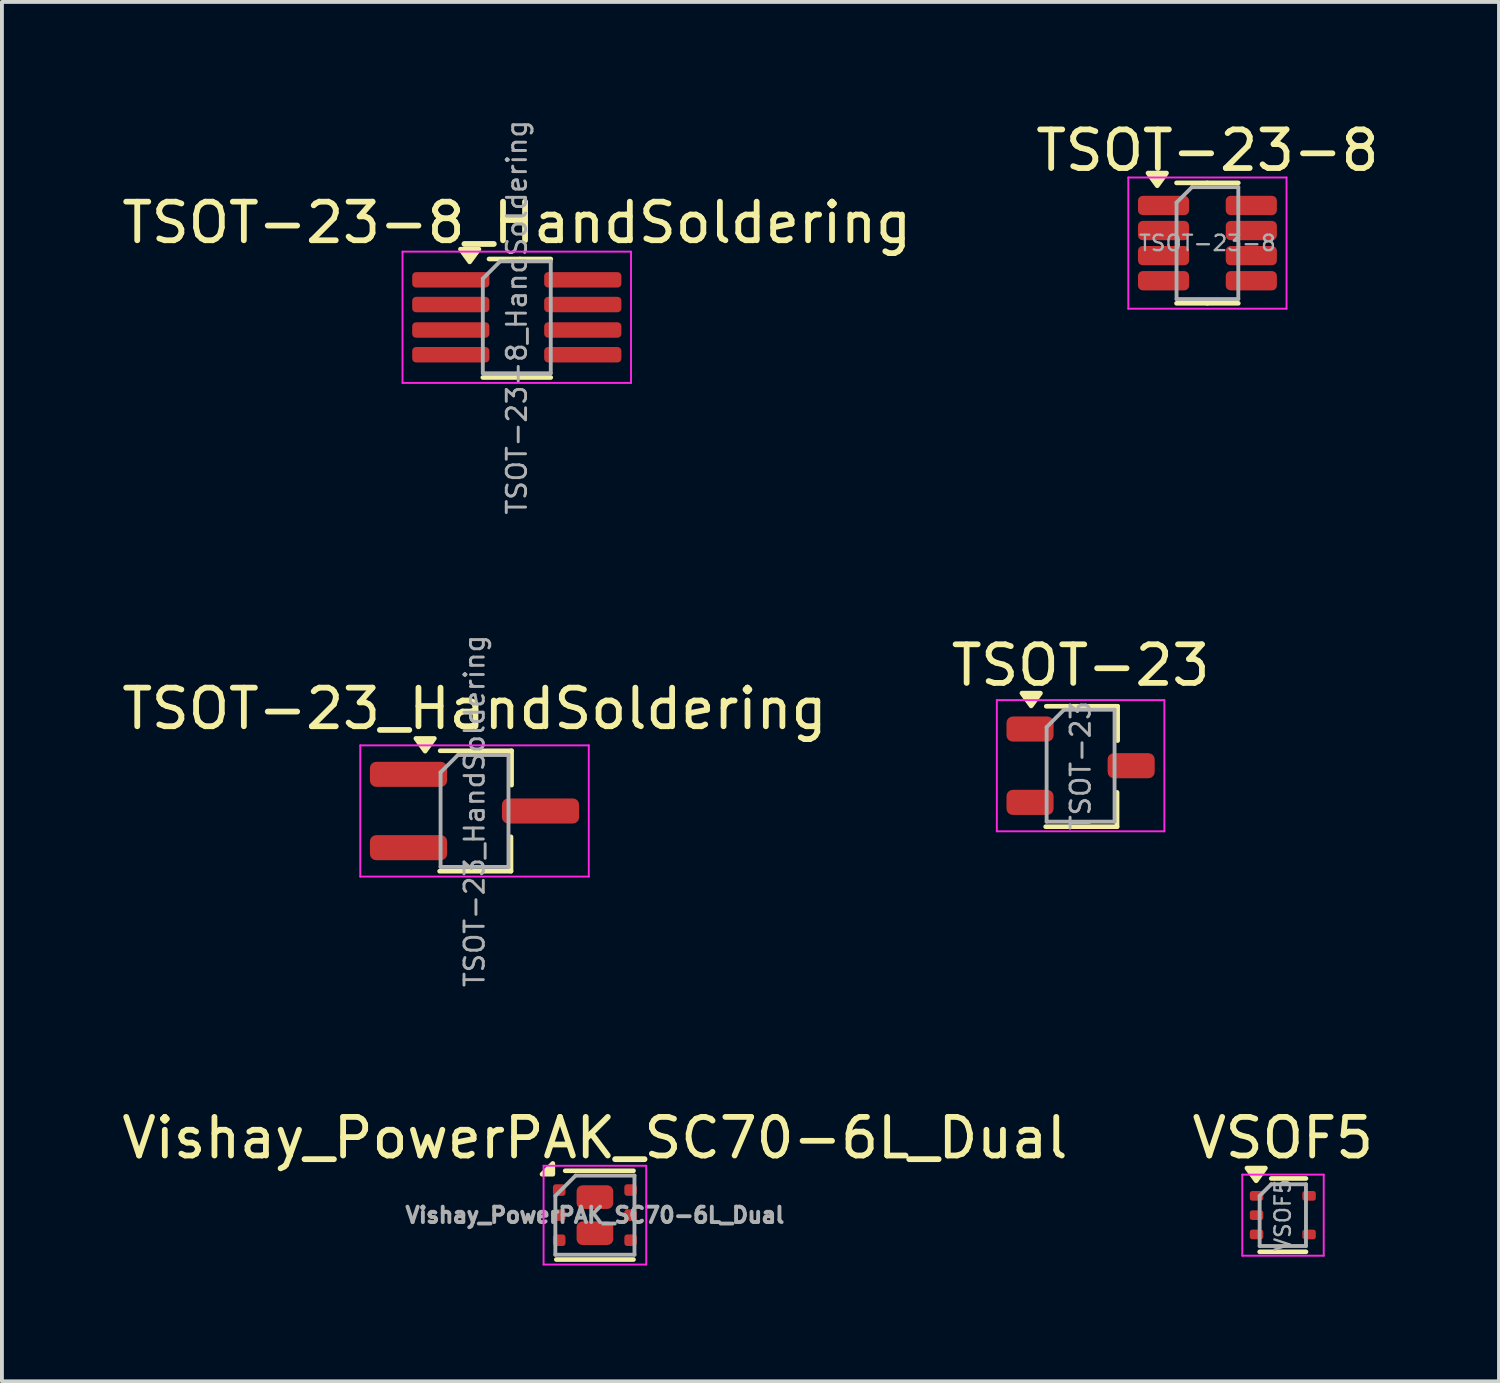
<source format=kicad_pcb>
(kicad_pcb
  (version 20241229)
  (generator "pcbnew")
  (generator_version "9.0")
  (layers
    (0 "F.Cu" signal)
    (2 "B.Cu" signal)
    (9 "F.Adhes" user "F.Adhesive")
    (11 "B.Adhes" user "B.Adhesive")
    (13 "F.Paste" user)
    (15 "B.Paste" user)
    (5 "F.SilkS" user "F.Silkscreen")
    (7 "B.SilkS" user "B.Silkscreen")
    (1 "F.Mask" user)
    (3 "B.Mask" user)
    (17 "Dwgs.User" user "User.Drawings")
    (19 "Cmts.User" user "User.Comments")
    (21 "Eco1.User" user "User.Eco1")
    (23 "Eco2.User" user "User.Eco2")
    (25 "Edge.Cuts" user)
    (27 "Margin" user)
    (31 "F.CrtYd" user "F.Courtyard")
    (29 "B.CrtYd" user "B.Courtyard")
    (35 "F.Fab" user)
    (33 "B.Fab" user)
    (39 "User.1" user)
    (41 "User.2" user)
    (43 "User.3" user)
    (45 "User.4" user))
  (footprint "TSOT-23"
    (layer "F.Cu")
    (at 24.946 16.788)
    (property "Reference" "TSOT-23" (at 0 -2.6 0) (layer "F.SilkS") (effects (font (size 1 1) (thickness 0.15))))
    (attr smd)
    (fp_line (start 0.945 0.69) (end 0.945 1.58) (stroke (width 0.12) (type solid)) (layer "F.SilkS"))
    (fp_line (start 0.945 1.58) (end -0.905 1.58) (stroke (width 0.12) (type solid)) (layer "F.SilkS"))
    (fp_line (start 0.96 -1.54) (end -0.89 -1.54) (stroke (width 0.12) (type solid)) (layer "F.SilkS"))
    (fp_line (start 0.96 -1.54) (end 0.96 -0.65) (stroke (width 0.12) (type solid)) (layer "F.SilkS"))
    (fp_poly (pts (xy -1.28 -1.55) (xy -1.52 -1.88) (xy -1.04 -1.88) (xy -1.28 -1.55)) (stroke (width 0.12) (type solid)) (fill yes) (layer "F.SilkS"))
    (fp_line (start -2.17 -1.7) (end -2.17 1.7) (stroke (width 0.05) (type solid)) (layer "F.CrtYd"))
    (fp_line (start -2.17 -1.7) (end 2.17 -1.7) (stroke (width 0.05) (type solid)) (layer "F.CrtYd"))
    (fp_line (start 2.17 1.7) (end -2.17 1.7) (stroke (width 0.05) (type solid)) (layer "F.CrtYd"))
    (fp_line (start 2.17 1.7) (end 2.17 -1.7) (stroke (width 0.05) (type solid)) (layer "F.CrtYd"))
    (fp_line (start -0.88 -1) (end -0.88 1.45) (stroke (width 0.1) (type solid)) (layer "F.Fab"))
    (fp_line (start -0.88 -1) (end -0.43 -1.45) (stroke (width 0.1) (type solid)) (layer "F.Fab"))
    (fp_line (start 0.88 -1.45) (end -0.43 -1.45) (stroke (width 0.1) (type solid)) (layer "F.Fab"))
    (fp_line (start 0.88 -1.45) (end 0.88 1.45) (stroke (width 0.1) (type solid)) (layer "F.Fab"))
    (fp_line (start 0.88 1.45) (end -0.88 1.45) (stroke (width 0.1) (type solid)) (layer "F.Fab"))
    (fp_text user "${REFERENCE}" (at 0 0 90) (layer "F.Fab") (effects (font (size 0.5 0.5) (thickness 0.075))))
    (pad "1" smd roundrect (at -1.31 -0.95) (size 1.22 0.65) (layers "F.Cu" "F.Mask" "F.Paste") (roundrect_rratio 0.25))
    (pad "2" smd roundrect (at -1.31 0.95) (size 1.22 0.65) (layers "F.Cu" "F.Mask" "F.Paste") (roundrect_rratio 0.25))
    (pad "3" smd roundrect (at 1.31 0) (size 1.22 0.65) (layers "F.Cu" "F.Mask" "F.Paste") (roundrect_rratio 0.25)))
  (footprint "VSOF5"
    (layer "F.Cu")
    (at 30.185 28.432)
    (property "Reference" "VSOF5" (at 0 -2 0) (layer "F.SilkS") (effects (font (size 1 1) (thickness 0.15))))
    (attr smd)
    (fp_line (start -0.6 0.95) (end 0.6 0.95) (stroke (width 0.12) (type solid)) (layer "F.SilkS"))
    (fp_line (start -0.3 -0.95) (end 0.6 -0.95) (stroke (width 0.12) (type solid)) (layer "F.SilkS"))
    (fp_poly (pts (xy -0.69 -0.89) (xy -0.93 -1.22) (xy -0.45 -1.22) (xy -0.69 -0.89)) (stroke (width 0.12) (type solid)) (fill yes) (layer "F.SilkS"))
    (fp_line (start -1.05 -1.05) (end -1.05 1.05) (stroke (width 0.05) (type solid)) (layer "F.CrtYd"))
    (fp_line (start -1.05 -1.05) (end 1.06 -1.05) (stroke (width 0.05) (type solid)) (layer "F.CrtYd"))
    (fp_line (start 1.06 1.05) (end -1.05 1.05) (stroke (width 0.05) (type solid)) (layer "F.CrtYd"))
    (fp_line (start 1.06 1.05) (end 1.06 -1.05) (stroke (width 0.05) (type solid)) (layer "F.CrtYd"))
    (fp_line (start -0.6 -0.5) (end -0.3 -0.8) (stroke (width 0.1) (type solid)) (layer "F.Fab"))
    (fp_line (start -0.6 0.8) (end -0.6 -0.5) (stroke (width 0.1) (type solid)) (layer "F.Fab"))
    (fp_line (start -0.3 -0.8) (end 0.6 -0.8) (stroke (width 0.1) (type solid)) (layer "F.Fab"))
    (fp_line (start 0.6 -0.8) (end 0.6 0.8) (stroke (width 0.1) (type solid)) (layer "F.Fab"))
    (fp_line (start 0.6 0.8) (end -0.6 0.8) (stroke (width 0.1) (type solid)) (layer "F.Fab"))
    (fp_text user "${REFERENCE}" (at 0 0 90) (layer "F.Fab") (effects (font (size 0.4 0.4) (thickness 0.062))))
    (pad "1" smd roundrect (at -0.68 -0.5 270) (size 0.25 0.35) (layers "F.Cu" "F.Mask" "F.Paste") (roundrect_rratio 0.25))
    (pad "2" smd roundrect (at -0.68 0 270) (size 0.25 0.35) (layers "F.Cu" "F.Mask" "F.Paste") (roundrect_rratio 0.25))
    (pad "3" smd roundrect (at -0.68 0.5 270) (size 0.25 0.35) (layers "F.Cu" "F.Mask" "F.Paste") (roundrect_rratio 0.25))
    (pad "4" smd roundrect (at 0.68 0.5 270) (size 0.25 0.35) (layers "F.Cu" "F.Mask" "F.Paste") (roundrect_rratio 0.25))
    (pad "5" smd roundrect (at 0.68 -0.5 270) (size 0.25 0.35) (layers "F.Cu" "F.Mask" "F.Paste") (roundrect_rratio 0.25)))
  (footprint "TSOT-23_HandSoldering"
    (layer "F.Cu")
    (at 9.244 17.961)
    (property "Reference" "TSOT-23_HandSoldering" (at 0 -2.65 0) (layer "F.SilkS") (effects (font (size 1 1) (thickness 0.15))))
    (attr smd)
    (fp_line (start 0.945 0.67) (end 0.945 1.56) (stroke (width 0.12) (type solid)) (layer "F.SilkS"))
    (fp_line (start 0.945 1.56) (end -0.905 1.56) (stroke (width 0.12) (type solid)) (layer "F.SilkS"))
    (fp_line (start 0.96 -1.56) (end -0.89 -1.56) (stroke (width 0.12) (type solid)) (layer "F.SilkS"))
    (fp_line (start 0.96 -1.56) (end 0.96 -0.67) (stroke (width 0.12) (type solid)) (layer "F.SilkS"))
    (fp_poly (pts (xy -1.28 -1.55) (xy -1.52 -1.88) (xy -1.04 -1.88) (xy -1.28 -1.55)) (stroke (width 0.12) (type solid)) (fill yes) (layer "F.SilkS"))
    (fp_line (start -2.96 -1.7) (end -2.96 1.7) (stroke (width 0.05) (type solid)) (layer "F.CrtYd"))
    (fp_line (start -2.96 -1.7) (end 2.96 -1.7) (stroke (width 0.05) (type solid)) (layer "F.CrtYd"))
    (fp_line (start 2.96 1.7) (end -2.96 1.7) (stroke (width 0.05) (type solid)) (layer "F.CrtYd"))
    (fp_line (start 2.96 1.7) (end 2.96 -1.7) (stroke (width 0.05) (type solid)) (layer "F.CrtYd"))
    (fp_line (start -0.88 -1) (end -0.88 1.45) (stroke (width 0.1) (type solid)) (layer "F.Fab"))
    (fp_line (start -0.88 -1) (end -0.43 -1.45) (stroke (width 0.1) (type solid)) (layer "F.Fab"))
    (fp_line (start 0.88 -1.45) (end -0.43 -1.45) (stroke (width 0.1) (type solid)) (layer "F.Fab"))
    (fp_line (start 0.88 -1.45) (end 0.88 1.45) (stroke (width 0.1) (type solid)) (layer "F.Fab"))
    (fp_line (start 0.88 1.45) (end -0.88 1.45) (stroke (width 0.1) (type solid)) (layer "F.Fab"))
    (fp_text user "${REFERENCE}" (at 0 0 90) (layer "F.Fab") (effects (font (size 0.5 0.5) (thickness 0.075))))
    (pad "1" smd roundrect (at -1.71 -0.95) (size 2 0.65) (layers "F.Cu" "F.Mask" "F.Paste") (roundrect_rratio 0.25))
    (pad "2" smd roundrect (at -1.71 0.95) (size 2 0.65) (layers "F.Cu" "F.Mask" "F.Paste") (roundrect_rratio 0.25))
    (pad "3" smd roundrect (at 1.71 0) (size 2 0.65) (layers "F.Cu" "F.Mask" "F.Paste") (roundrect_rratio 0.25)))
  (footprint "TSOT-23-8"
    (layer "F.Cu")
    (at 28.232 3.248)
    (property "Reference" "TSOT-23-8" (at 0 -2.4 0) (layer "F.SilkS") (effects (font (size 1 1) (thickness 0.15))))
    (attr smd)
    (fp_line (start 0 -1.56) (end -0.8 -1.56) (stroke (width 0.12) (type solid)) (layer "F.SilkS"))
    (fp_line (start 0 -1.56) (end 0.8 -1.56) (stroke (width 0.12) (type solid)) (layer "F.SilkS"))
    (fp_line (start 0 1.56) (end -0.8 1.56) (stroke (width 0.12) (type solid)) (layer "F.SilkS"))
    (fp_line (start 0 1.56) (end 0.8 1.56) (stroke (width 0.12) (type solid)) (layer "F.SilkS"))
    (fp_poly (pts (xy -1.3 -1.485) (xy -1.54 -1.815) (xy -1.06 -1.815) (xy -1.3 -1.485)) (stroke (width 0.12) (type solid)) (fill yes) (layer "F.SilkS"))
    (fp_line (start -2.05 -1.7) (end -2.05 1.7) (stroke (width 0.05) (type solid)) (layer "F.CrtYd"))
    (fp_line (start -2.05 1.7) (end 2.05 1.7) (stroke (width 0.05) (type solid)) (layer "F.CrtYd"))
    (fp_line (start 2.05 -1.7) (end -2.05 -1.7) (stroke (width 0.05) (type solid)) (layer "F.CrtYd"))
    (fp_line (start 2.05 1.7) (end 2.05 -1.7) (stroke (width 0.05) (type solid)) (layer "F.CrtYd"))
    (fp_line (start -0.8 -1.05) (end -0.4 -1.45) (stroke (width 0.1) (type solid)) (layer "F.Fab"))
    (fp_line (start -0.8 1.45) (end -0.8 -1.05) (stroke (width 0.1) (type solid)) (layer "F.Fab"))
    (fp_line (start -0.4 -1.45) (end 0.8 -1.45) (stroke (width 0.1) (type solid)) (layer "F.Fab"))
    (fp_line (start 0.8 -1.45) (end 0.8 1.45) (stroke (width 0.1) (type solid)) (layer "F.Fab"))
    (fp_line (start 0.8 1.45) (end -0.8 1.45) (stroke (width 0.1) (type solid)) (layer "F.Fab"))
    (fp_text user "${REFERENCE}" (at 0 0 0) (layer "F.Fab") (effects (font (size 0.4 0.4) (thickness 0.06))))
    (pad "1" smd roundrect (at -1.137 -0.975) (size 1.325 0.5) (layers "F.Cu" "F.Mask" "F.Paste") (roundrect_rratio 0.25))
    (pad "2" smd roundrect (at -1.137 -0.325) (size 1.325 0.5) (layers "F.Cu" "F.Mask" "F.Paste") (roundrect_rratio 0.25))
    (pad "3" smd roundrect (at -1.137 0.325) (size 1.325 0.5) (layers "F.Cu" "F.Mask" "F.Paste") (roundrect_rratio 0.25))
    (pad "4" smd roundrect (at -1.137 0.975) (size 1.325 0.5) (layers "F.Cu" "F.Mask" "F.Paste") (roundrect_rratio 0.25))
    (pad "5" smd roundrect (at 1.137 0.975) (size 1.325 0.5) (layers "F.Cu" "F.Mask" "F.Paste") (roundrect_rratio 0.25))
    (pad "6" smd roundrect (at 1.137 0.325) (size 1.325 0.5) (layers "F.Cu" "F.Mask" "F.Paste") (roundrect_rratio 0.25))
    (pad "7" smd roundrect (at 1.137 -0.325) (size 1.325 0.5) (layers "F.Cu" "F.Mask" "F.Paste") (roundrect_rratio 0.25))
    (pad "8" smd roundrect (at 1.137 -0.975) (size 1.325 0.5) (layers "F.Cu" "F.Mask" "F.Paste") (roundrect_rratio 0.25)))
  (footprint "TSOT-23-8_HandSoldering"
    (layer "F.Cu")
    (at 10.339 5.17)
    (property "Reference" "TSOT-23-8_HandSoldering" (at 0 -2.45 0) (layer "F.SilkS") (effects (font (size 1 1) (thickness 0.15))))
    (attr smd)
    (fp_line (start -0.88 1.56) (end 0.88 1.56) (stroke (width 0.12) (type solid)) (layer "F.SilkS"))
    (fp_line (start 0.08 -1.51) (end -0.72 -1.51) (stroke (width 0.12) (type solid)) (layer "F.SilkS"))
    (fp_line (start 0.08 -1.51) (end 0.88 -1.51) (stroke (width 0.12) (type solid)) (layer "F.SilkS"))
    (fp_poly (pts (xy -1.22 -1.435) (xy -1.46 -1.765) (xy -0.98 -1.765) (xy -1.22 -1.435)) (stroke (width 0.12) (type solid)) (fill yes) (layer "F.SilkS"))
    (fp_line (start -2.96 -1.7) (end -2.96 1.7) (stroke (width 0.05) (type solid)) (layer "F.CrtYd"))
    (fp_line (start -2.96 -1.7) (end 2.96 -1.7) (stroke (width 0.05) (type solid)) (layer "F.CrtYd"))
    (fp_line (start 2.96 1.7) (end -2.96 1.7) (stroke (width 0.05) (type solid)) (layer "F.CrtYd"))
    (fp_line (start 2.96 1.7) (end 2.96 -1.7) (stroke (width 0.05) (type solid)) (layer "F.CrtYd"))
    (fp_line (start -0.88 -1) (end -0.88 1.45) (stroke (width 0.1) (type solid)) (layer "F.Fab"))
    (fp_line (start -0.88 -1) (end -0.43 -1.45) (stroke (width 0.1) (type solid)) (layer "F.Fab"))
    (fp_line (start 0.88 -1.45) (end -0.43 -1.45) (stroke (width 0.1) (type solid)) (layer "F.Fab"))
    (fp_line (start 0.88 -1.45) (end 0.88 1.45) (stroke (width 0.1) (type solid)) (layer "F.Fab"))
    (fp_line (start 0.88 1.45) (end -0.88 1.45) (stroke (width 0.1) (type solid)) (layer "F.Fab"))
    (fp_text user "${REFERENCE}" (at 0 0 90) (layer "F.Fab") (effects (font (size 0.5 0.5) (thickness 0.075))))
    (pad "1" smd roundrect (at -1.71 -0.97) (size 2 0.4) (layers "F.Cu" "F.Mask" "F.Paste") (roundrect_rratio 0.25))
    (pad "2" smd roundrect (at -1.71 -0.33) (size 2 0.4) (layers "F.Cu" "F.Mask" "F.Paste") (roundrect_rratio 0.25))
    (pad "3" smd roundrect (at -1.71 0.33) (size 2 0.4) (layers "F.Cu" "F.Mask" "F.Paste") (roundrect_rratio 0.25))
    (pad "4" smd roundrect (at -1.71 0.97) (size 2 0.4) (layers "F.Cu" "F.Mask" "F.Paste") (roundrect_rratio 0.25))
    (pad "5" smd roundrect (at 1.71 0.97) (size 2 0.4) (layers "F.Cu" "F.Mask" "F.Paste") (roundrect_rratio 0.25))
    (pad "6" smd roundrect (at 1.71 0.33) (size 2 0.4) (layers "F.Cu" "F.Mask" "F.Paste") (roundrect_rratio 0.25))
    (pad "7" smd roundrect (at 1.71 -0.33) (size 2 0.4) (layers "F.Cu" "F.Mask" "F.Paste") (roundrect_rratio 0.25))
    (pad "8" smd roundrect (at 1.71 -0.97) (size 2 0.4) (layers "F.Cu" "F.Mask" "F.Paste") (roundrect_rratio 0.25)))
  (footprint "Vishay_PowerPAK_SC70-6L_Dual"
    (layer "F.Cu")
    (at 12.363 28.432)
    (property "Reference" "Vishay_PowerPAK_SC70-6L_Dual" (at 0 -2 0) (layer "F.SilkS") (effects (font (size 1 1) (thickness 0.15))))
    (attr smd)
    (fp_line (start -0.77 -1.15) (end 1 -1.15) (stroke (width 0.12) (type solid)) (layer "F.SilkS"))
    (fp_line (start 1 1.15) (end -1 1.15) (stroke (width 0.12) (type solid)) (layer "F.SilkS"))
    (fp_poly (pts (xy -1.09 -1.06) (xy -1.37 -1.06) (xy -1.09 -1.34) (xy -1.09 -1.06)) (stroke (width 0.12) (type solid)) (fill yes) (layer "F.SilkS"))
    (fp_line (start -1.33 -1.28) (end 1.33 -1.28) (stroke (width 0.05) (type solid)) (layer "F.CrtYd"))
    (fp_line (start -1.33 1.28) (end -1.33 -1.28) (stroke (width 0.05) (type solid)) (layer "F.CrtYd"))
    (fp_line (start 1.33 -1.28) (end 1.33 1.28) (stroke (width 0.05) (type solid)) (layer "F.CrtYd"))
    (fp_line (start 1.33 1.28) (end -1.33 1.28) (stroke (width 0.05) (type solid)) (layer "F.CrtYd"))
    (fp_line (start -1.025 -0.5) (end -0.5 -1.025) (stroke (width 0.1) (type solid)) (layer "F.Fab"))
    (fp_line (start -1.025 1.025) (end -1.025 -0.5) (stroke (width 0.1) (type solid)) (layer "F.Fab"))
    (fp_line (start -0.5 -1.025) (end 1.025 -1.025) (stroke (width 0.1) (type solid)) (layer "F.Fab"))
    (fp_line (start 1.025 -1.025) (end 1.025 1.025) (stroke (width 0.1) (type solid)) (layer "F.Fab"))
    (fp_line (start 1.025 1.025) (end -1.025 1.025) (stroke (width 0.1) (type solid)) (layer "F.Fab"))
    (fp_text user "${REFERENCE}" (at 0 0 0) (layer "F.Fab") (effects (font (size 0.4 0.4) (thickness 0.1))))
    (pad "1" smd roundrect (at -0.925 -0.65) (size 0.325 0.3) (layers "F.Cu" "F.Mask" "F.Paste") (roundrect_rratio 0.25))
    (pad "2" smd roundrect (at -0.925 0) (size 0.325 0.3) (layers "F.Cu" "F.Mask" "F.Paste") (roundrect_rratio 0.25))
    (pad "3" smd roundrect (at -0.925 0.65) (size 0.325 0.3) (layers "F.Cu" "F.Mask" "F.Paste") (roundrect_rratio 0.25))
    (pad "3" smd roundrect (at 0 0.467) (size 0.95 0.613) (layers "F.Cu" "F.Mask" "F.Paste") (roundrect_rratio 0.25))
    (pad "4" smd roundrect (at 0.925 0.65) (size 0.325 0.3) (layers "F.Cu" "F.Mask" "F.Paste") (roundrect_rratio 0.25))
    (pad "5" smd roundrect (at 0.925 0) (size 0.325 0.3) (layers "F.Cu" "F.Mask" "F.Paste") (roundrect_rratio 0.25))
    (pad "6" smd roundrect (at 0 -0.467) (size 0.95 0.613) (layers "F.Cu" "F.Mask" "F.Paste") (roundrect_rratio 0.25))
    (pad "6" smd roundrect (at 0.925 -0.65) (size 0.325 0.3) (layers "F.Cu" "F.Mask" "F.Paste") (roundrect_rratio 0.25)))
  (gr_rect
    (start -3 -3)
    (end 35.786 32.737)
    (stroke (width 0.1) (type default))
    (fill no)
    (layer "Edge.Cuts")))
</source>
